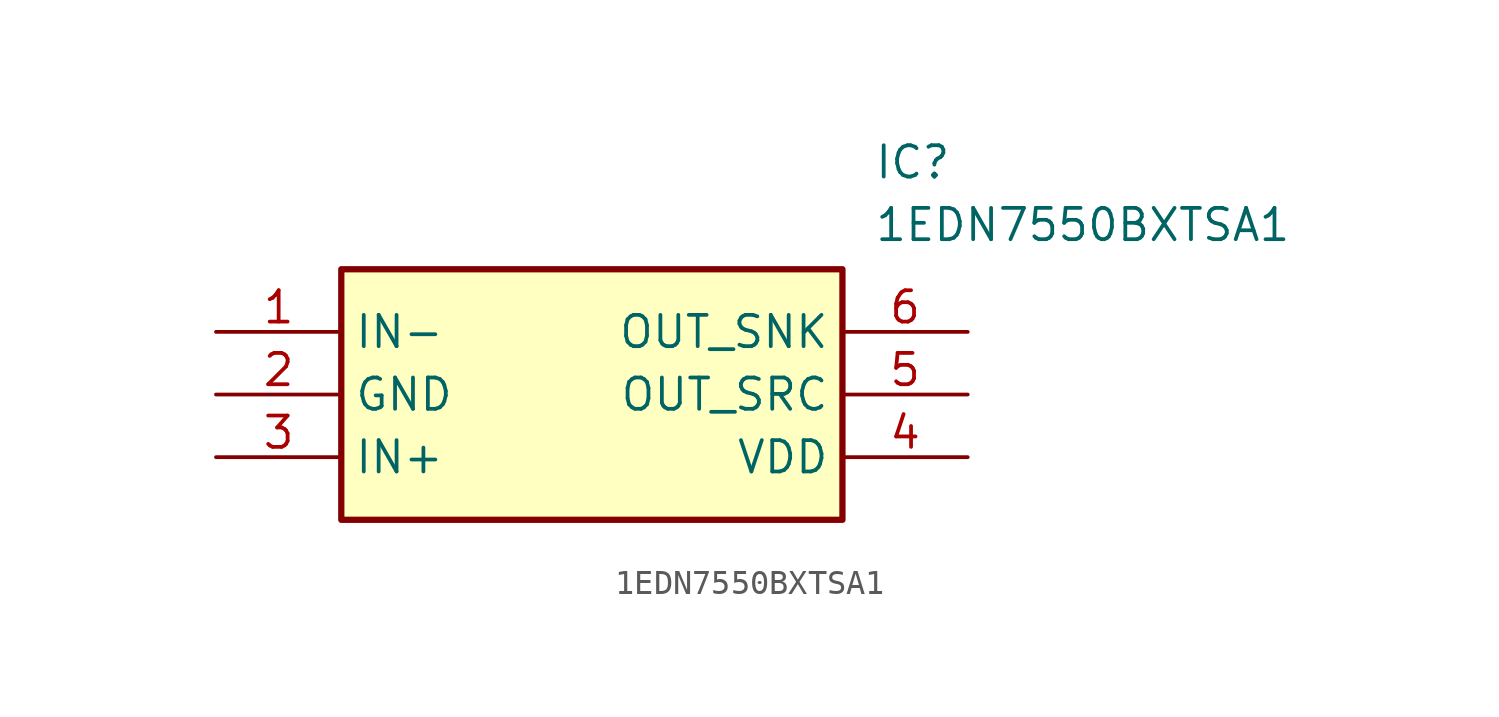
<source format=kicad_sym>
(kicad_symbol_lib
  (version 20241209)
  (generator "kicad_symbol_editor")
  (generator_version "9.0")
  (symbol "1EDN7550BXTSA1"
    (property "Reference" "IC"
      (at 26.67 7.62 0)
      (effects (font (size 1.27 1.27)) (justify left top)))
    (property "Value" "1EDN7550BXTSA1"
      (at 26.67 5.08 0)
      (effects (font (size 1.27 1.27)) (justify left top)))
    (symbol "1EDN7550BXTSA1_1_1"
      (rectangle (start 5.08 2.54) (end 25.4 -7.62) (stroke (width 0.254) (type default)) (fill (type background)))
      (pin bidirectional line (at 0 0 0) (length 5.08) (name "IN-" (effects (font (size 1.27 1.27)))) (number "1" (effects (font (size 1.27 1.27)))))
      (pin bidirectional line (at 0 -2.54 0) (length 5.08) (name "GND" (effects (font (size 1.27 1.27)))) (number "2" (effects (font (size 1.27 1.27)))))
      (pin bidirectional line (at 0 -5.08 0) (length 5.08) (name "IN+" (effects (font (size 1.27 1.27)))) (number "3" (effects (font (size 1.27 1.27)))))
      (pin output line (at 30.48 0 180) (length 5.08) (name "OUT_SNK" (effects (font (size 1.27 1.27)))) (number "6" (effects (font (size 1.27 1.27)))))
      (pin output line (at 30.48 -2.54 180) (length 5.08) (name "OUT_SRC" (effects (font (size 1.27 1.27)))) (number "5" (effects (font (size 1.27 1.27)))))
      (pin bidirectional line (at 30.48 -5.08 180) (length 5.08) (name "VDD" (effects (font (size 1.27 1.27)))) (number "4" (effects (font (size 1.27 1.27))))))))
</source>
